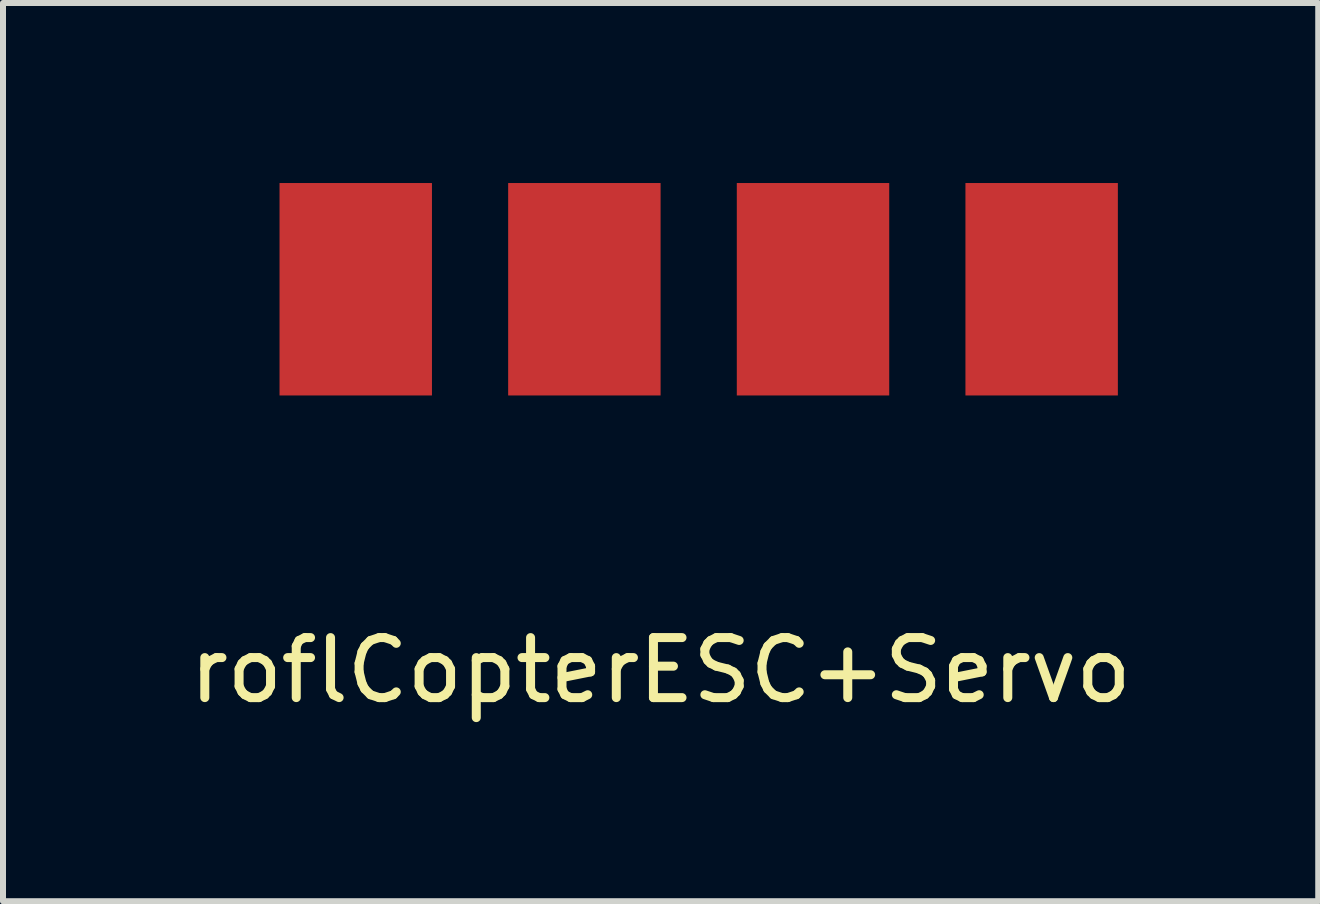
<source format=kicad_pcb>
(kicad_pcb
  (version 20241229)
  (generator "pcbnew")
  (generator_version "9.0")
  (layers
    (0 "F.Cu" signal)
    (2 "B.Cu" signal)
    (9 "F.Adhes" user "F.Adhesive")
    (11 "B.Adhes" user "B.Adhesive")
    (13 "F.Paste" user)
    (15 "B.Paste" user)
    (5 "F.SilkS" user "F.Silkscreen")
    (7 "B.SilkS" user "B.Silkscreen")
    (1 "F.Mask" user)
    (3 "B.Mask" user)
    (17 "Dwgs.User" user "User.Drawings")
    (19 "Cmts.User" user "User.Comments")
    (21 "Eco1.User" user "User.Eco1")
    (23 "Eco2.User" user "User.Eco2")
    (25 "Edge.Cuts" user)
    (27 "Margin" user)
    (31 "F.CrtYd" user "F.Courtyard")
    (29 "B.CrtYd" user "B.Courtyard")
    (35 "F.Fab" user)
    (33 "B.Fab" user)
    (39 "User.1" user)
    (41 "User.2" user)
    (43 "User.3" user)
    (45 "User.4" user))
  (footprint "roflCopterESC+Servo"
    (layer "F.Cu")
    (at 7.958 5.58)
    (property "Reference" "roflCopterESC+Servo" (at 0 2.54 0) (layer "F.SilkS") (effects (font (size 1 1) (thickness 0.15))))
    (attr through_hole)
    (pad "1" connect rect (at -5.08 -3.81) (size 2.54 3.54) (layers "F.Cu" "F.Mask"))
    (pad "2" connect rect (at -1.27 -3.81) (size 2.54 3.54) (layers "F.Cu" "F.Mask"))
    (pad "3" connect rect (at 2.54 -3.81) (size 2.54 3.54) (layers "F.Cu" "F.Mask"))
    (pad "4" connect rect (at 6.35 -3.81) (size 2.54 3.54) (layers "F.Cu" "F.Mask")))
  (gr_rect
    (start -3 -3)
    (end 18.917 11.968)
    (stroke (width 0.1) (type default))
    (fill no)
    (layer "Edge.Cuts")))
</source>
